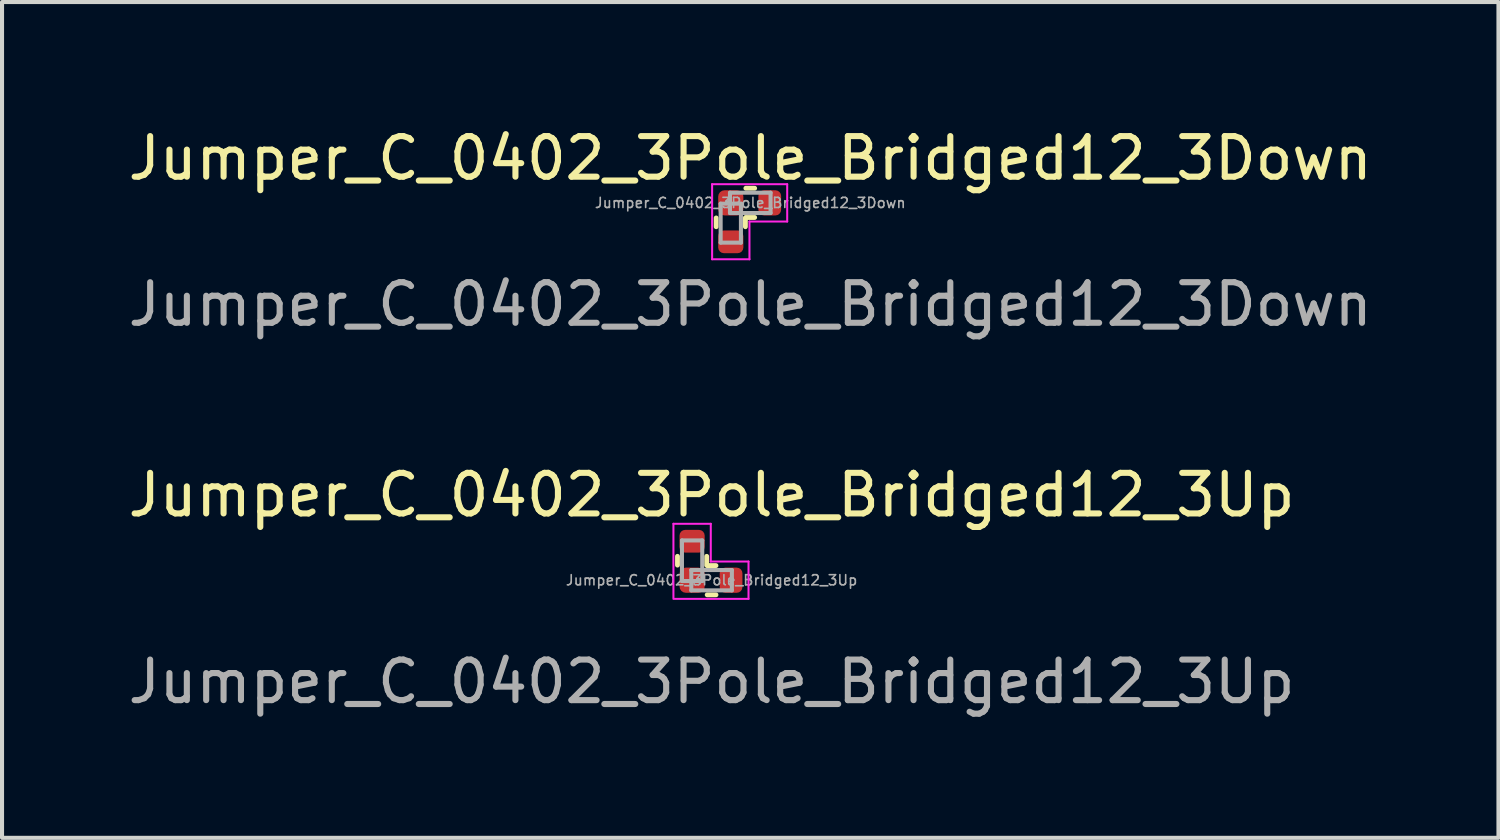
<source format=kicad_pcb>
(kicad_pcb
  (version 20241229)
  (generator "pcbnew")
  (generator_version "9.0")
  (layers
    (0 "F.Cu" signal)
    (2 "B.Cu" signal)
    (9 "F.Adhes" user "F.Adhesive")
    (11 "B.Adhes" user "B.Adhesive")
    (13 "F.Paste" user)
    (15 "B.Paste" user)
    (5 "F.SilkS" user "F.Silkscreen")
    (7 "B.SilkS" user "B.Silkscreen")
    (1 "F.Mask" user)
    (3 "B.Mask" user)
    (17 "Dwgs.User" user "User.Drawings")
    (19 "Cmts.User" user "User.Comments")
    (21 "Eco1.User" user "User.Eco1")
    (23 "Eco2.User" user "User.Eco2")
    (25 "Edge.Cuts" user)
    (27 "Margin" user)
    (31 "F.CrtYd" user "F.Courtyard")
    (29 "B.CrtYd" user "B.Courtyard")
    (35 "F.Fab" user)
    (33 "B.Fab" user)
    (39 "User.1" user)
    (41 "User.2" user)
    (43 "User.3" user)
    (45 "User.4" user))
  (footprint "Jumper_C_0402_3Pole_Bridged12_3Up"
    (layer "F.Cu")
    (at 14.482 11.245)
    (property "Reference" "Jumper_C_0402_3Pole_Bridged12_3Up" (at 0 -2.1 0) (unlocked yes) (layer "F.SilkS") (effects (font (size 1 1) (thickness 0.15))))
    (attr smd)
    (fp_line (start -0.84 -0.588) (end -0.84 -0.372) (stroke (width 0.12) (type solid)) (layer "F.SilkS"))
    (fp_line (start -0.12 -0.588) (end -0.12 -0.372) (stroke (width 0.12) (type solid)) (layer "F.SilkS"))
    (fp_line (start -0.108 -0.36) (end 0.108 -0.36) (stroke (width 0.12) (type solid)) (layer "F.SilkS"))
    (fp_line (start -0.108 0.36) (end 0.108 0.36) (stroke (width 0.12) (type solid)) (layer "F.SilkS"))
    (fp_line (start -0.94 -1.39) (end -0.94 0.46) (stroke (width 0.05) (type default)) (layer "F.CrtYd"))
    (fp_line (start -0.94 -1.39) (end -0.02 -1.39) (stroke (width 0.05) (type solid)) (layer "F.CrtYd"))
    (fp_line (start -0.02 -1.39) (end -0.02 -0.46) (stroke (width 0.05) (type default)) (layer "F.CrtYd"))
    (fp_line (start -0.02 -0.46) (end 0.91 -0.46) (stroke (width 0.05) (type default)) (layer "F.CrtYd"))
    (fp_line (start 0.91 -0.46) (end 0.91 0.46) (stroke (width 0.05) (type default)) (layer "F.CrtYd"))
    (fp_line (start 0.91 0.46) (end -0.91 0.46) (stroke (width 0.05) (type solid)) (layer "F.CrtYd"))
    (fp_line (start -0.73 -0.98) (end -0.23 -0.98) (stroke (width 0.1) (type solid)) (layer "F.Fab"))
    (fp_line (start -0.73 0.02) (end -0.73 -0.98) (stroke (width 0.1) (type solid)) (layer "F.Fab"))
    (fp_line (start -0.5 -0.25) (end 0.5 -0.25) (stroke (width 0.1) (type solid)) (layer "F.Fab"))
    (fp_line (start -0.5 0.25) (end -0.5 -0.25) (stroke (width 0.1) (type solid)) (layer "F.Fab"))
    (fp_line (start -0.23 -0.98) (end -0.23 0.02) (stroke (width 0.1) (type solid)) (layer "F.Fab"))
    (fp_line (start -0.23 0.02) (end -0.73 0.02) (stroke (width 0.1) (type solid)) (layer "F.Fab"))
    (fp_line (start 0.5 -0.25) (end 0.5 0.25) (stroke (width 0.1) (type solid)) (layer "F.Fab"))
    (fp_line (start 0.5 0.25) (end -0.5 0.25) (stroke (width 0.1) (type solid)) (layer "F.Fab"))
    (fp_text user "${REFERENCE}" (at 0 0 0) (layer "F.Fab") (effects (font (size 0.25 0.25) (thickness 0.04))))
    (fp_text user "${REFERENCE}" (at 0 2.5 0) (unlocked yes) (layer "F.Fab") (effects (font (size 1 1) (thickness 0.15))))
    (pad "1" smd roundrect (at -0.48 0) (size 0.62 0.62) (layers "F.Cu" "F.Mask" "F.Paste") (roundrect_rratio 0.25))
    (pad "2" smd roundrect (at 0.48 0) (size 0.56 0.62) (layers "F.Cu" "F.Mask" "F.Paste") (roundrect_rratio 0.25))
    (pad "3" smd roundrect (at -0.48 -0.96 270) (size 0.56 0.62) (layers "F.Cu" "F.Mask" "F.Paste") (roundrect_rratio 0.25)))
  (footprint "Jumper_C_0402_3Pole_Bridged12_3Down"
    (layer "F.Cu")
    (at 15.435 1.948)
    (property "Reference" "Jumper_C_0402_3Pole_Bridged12_3Down" (at 0 -1.1 0) (unlocked yes) (layer "F.SilkS") (effects (font (size 1 1) (thickness 0.15))))
    (attr smd)
    (fp_line (start -0.84 0.588) (end -0.84 0.372) (stroke (width 0.12) (type solid)) (layer "F.SilkS"))
    (fp_line (start -0.12 0.588) (end -0.12 0.372) (stroke (width 0.12) (type solid)) (layer "F.SilkS"))
    (fp_line (start -0.108 -0.36) (end 0.108 -0.36) (stroke (width 0.12) (type solid)) (layer "F.SilkS"))
    (fp_line (start -0.108 0.36) (end 0.108 0.36) (stroke (width 0.12) (type solid)) (layer "F.SilkS"))
    (fp_line (start -0.94 1.39) (end -0.94 -0.46) (stroke (width 0.05) (type default)) (layer "F.CrtYd"))
    (fp_line (start -0.94 1.39) (end -0.02 1.39) (stroke (width 0.05) (type solid)) (layer "F.CrtYd"))
    (fp_line (start -0.02 0.46) (end 0.91 0.46) (stroke (width 0.05) (type default)) (layer "F.CrtYd"))
    (fp_line (start -0.02 1.39) (end -0.02 0.46) (stroke (width 0.05) (type default)) (layer "F.CrtYd"))
    (fp_line (start 0.91 -0.46) (end -0.94 -0.46) (stroke (width 0.05) (type default)) (layer "F.CrtYd"))
    (fp_line (start 0.91 0.46) (end 0.91 -0.46) (stroke (width 0.05) (type default)) (layer "F.CrtYd"))
    (fp_line (start -0.73 0.02) (end -0.73 0.98) (stroke (width 0.1) (type solid)) (layer "F.Fab"))
    (fp_line (start -0.73 0.98) (end -0.23 0.98) (stroke (width 0.1) (type solid)) (layer "F.Fab"))
    (fp_line (start -0.5 -0.25) (end 0.5 -0.25) (stroke (width 0.1) (type solid)) (layer "F.Fab"))
    (fp_line (start -0.5 0.25) (end -0.5 -0.25) (stroke (width 0.1) (type solid)) (layer "F.Fab"))
    (fp_line (start -0.23 0.02) (end -0.73 0.02) (stroke (width 0.1) (type solid)) (layer "F.Fab"))
    (fp_line (start -0.23 0.98) (end -0.23 0.02) (stroke (width 0.1) (type solid)) (layer "F.Fab"))
    (fp_line (start 0.5 -0.25) (end 0.5 0.25) (stroke (width 0.1) (type solid)) (layer "F.Fab"))
    (fp_line (start 0.5 0.25) (end -0.5 0.25) (stroke (width 0.1) (type solid)) (layer "F.Fab"))
    (fp_text user "${REFERENCE}" (at 0 2.5 0) (unlocked yes) (layer "F.Fab") (effects (font (size 1 1) (thickness 0.15))))
    (fp_text user "${REFERENCE}" (at 0 0 0) (layer "F.Fab") (effects (font (size 0.25 0.25) (thickness 0.04))))
    (pad "1" smd roundrect (at -0.48 0) (size 0.62 0.62) (layers "F.Cu" "F.Mask" "F.Paste") (roundrect_rratio 0.25))
    (pad "2" smd roundrect (at 0.48 0) (size 0.56 0.62) (layers "F.Cu" "F.Mask" "F.Paste") (roundrect_rratio 0.25))
    (pad "3" smd roundrect (at -0.48 0.96 270) (size 0.56 0.62) (layers "F.Cu" "F.Mask" "F.Paste") (roundrect_rratio 0.25)))
  (gr_rect
    (start -3 -3)
    (end 33.869 17.593)
    (stroke (width 0.1) (type default))
    (fill no)
    (layer "Edge.Cuts")))
</source>
